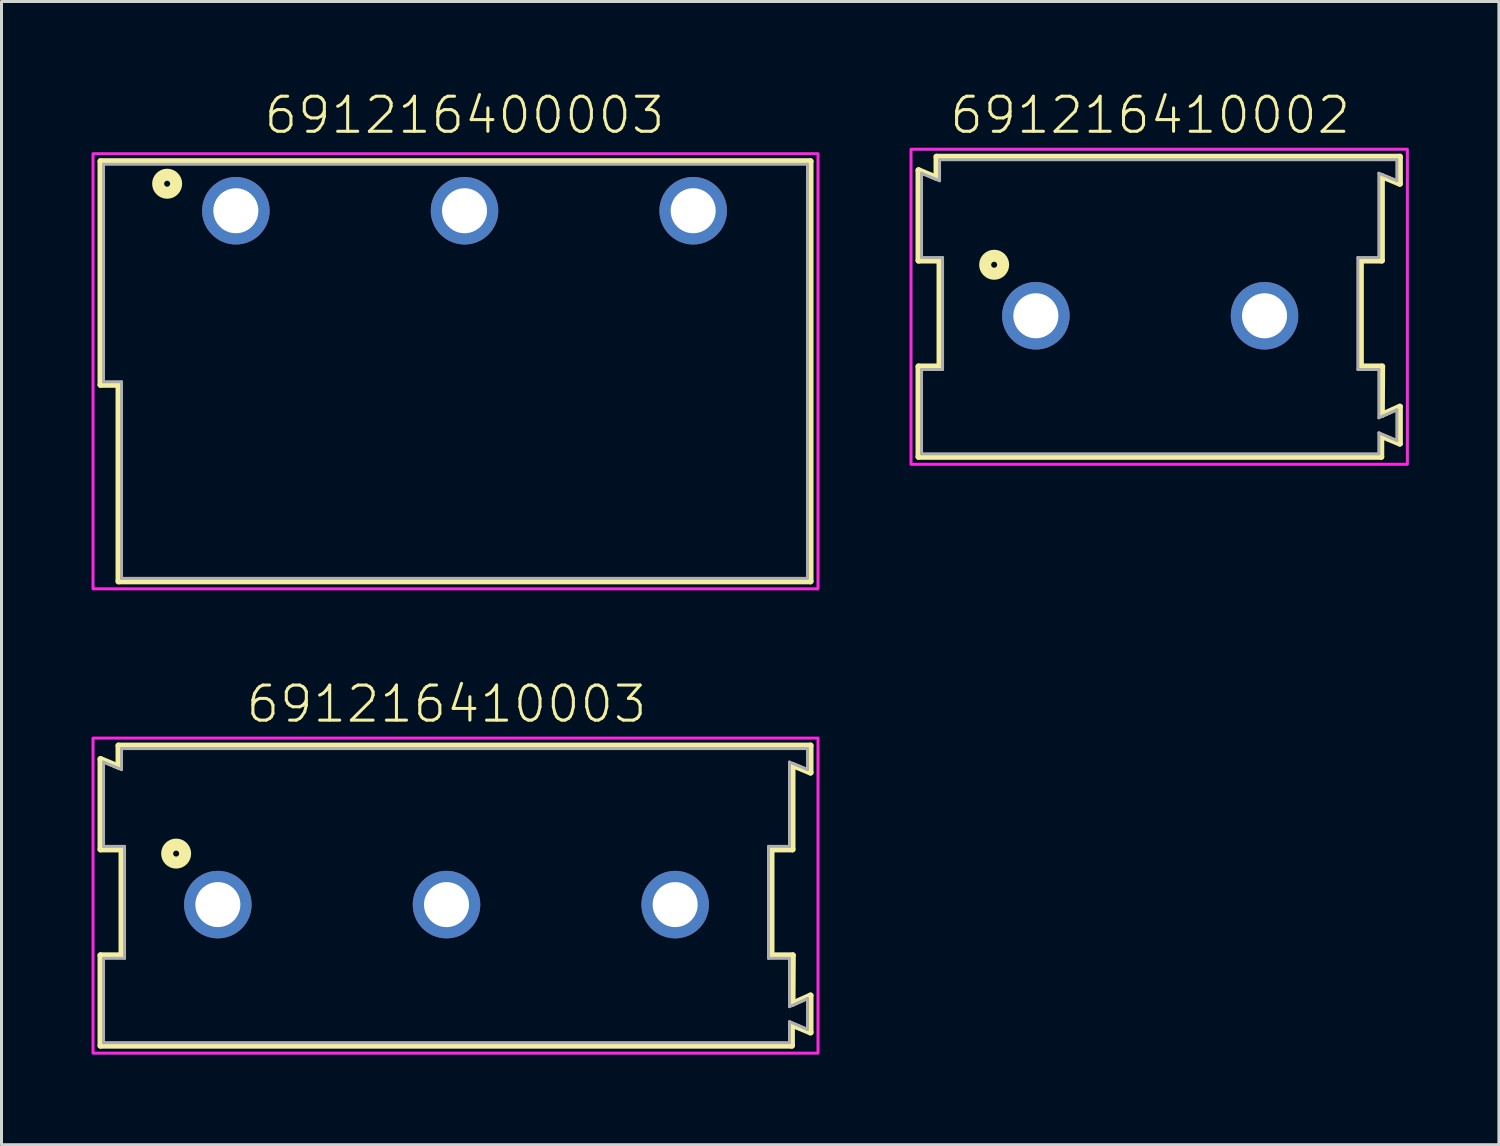
<source format=kicad_pcb>
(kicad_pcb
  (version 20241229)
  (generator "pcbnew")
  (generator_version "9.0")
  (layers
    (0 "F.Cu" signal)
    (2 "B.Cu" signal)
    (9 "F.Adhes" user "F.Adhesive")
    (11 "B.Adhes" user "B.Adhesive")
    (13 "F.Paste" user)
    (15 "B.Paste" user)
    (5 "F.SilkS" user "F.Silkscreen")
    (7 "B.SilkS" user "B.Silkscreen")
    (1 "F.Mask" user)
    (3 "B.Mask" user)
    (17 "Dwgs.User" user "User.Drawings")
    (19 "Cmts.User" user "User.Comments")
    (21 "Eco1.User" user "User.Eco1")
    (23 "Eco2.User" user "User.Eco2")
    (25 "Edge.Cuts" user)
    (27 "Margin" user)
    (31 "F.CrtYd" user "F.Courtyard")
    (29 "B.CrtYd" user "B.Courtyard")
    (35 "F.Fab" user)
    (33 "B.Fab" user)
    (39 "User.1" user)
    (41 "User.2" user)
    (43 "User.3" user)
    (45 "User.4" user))
  (footprint "691216410003"
    (layer "F.Cu")
    (at 11.83 27.096)
    (property "Reference" "691216410003" (at 0 -6 0) (unlocked yes) (layer "F.SilkS") (effects (font (size 1.168 1.168) (thickness 0.102)) (justify bottom)))
    (fp_line (start -11.53 -4.85) (end -10.93 -4.6) (stroke (width 0.2) (type solid)) (layer "F.SilkS"))
    (fp_line (start -11.53 -1.84) (end -11.53 -4.85) (stroke (width 0.2) (type solid)) (layer "F.SilkS"))
    (fp_line (start -11.53 1.69) (end -10.83 1.69) (stroke (width 0.2) (type solid)) (layer "F.SilkS"))
    (fp_line (start -11.53 4.7) (end -11.53 1.69) (stroke (width 0.2) (type solid)) (layer "F.SilkS"))
    (fp_line (start -10.93 -5.3) (end 12.13 -5.3) (stroke (width 0.2) (type solid)) (layer "F.SilkS"))
    (fp_line (start -10.93 -4.6) (end -10.93 -5.3) (stroke (width 0.2) (type solid)) (layer "F.SilkS"))
    (fp_line (start -10.83 -1.84) (end -11.53 -1.84) (stroke (width 0.2) (type solid)) (layer "F.SilkS"))
    (fp_line (start -10.83 1.69) (end -10.83 -1.84) (stroke (width 0.2) (type solid)) (layer "F.SilkS"))
    (fp_line (start 10.83 -1.84) (end 10.83 1.69) (stroke (width 0.2) (type solid)) (layer "F.SilkS"))
    (fp_line (start 10.83 1.69) (end 11.54 1.69) (stroke (width 0.2) (type solid)) (layer "F.SilkS"))
    (fp_line (start 11.51 4) (end 11.51 4.7) (stroke (width 0.2) (type solid)) (layer "F.SilkS"))
    (fp_line (start 11.51 4.7) (end -11.53 4.7) (stroke (width 0.2) (type solid)) (layer "F.SilkS"))
    (fp_line (start 11.53 -4.65) (end 11.53 -1.84) (stroke (width 0.2) (type solid)) (layer "F.SilkS"))
    (fp_line (start 11.53 -1.84) (end 10.83 -1.84) (stroke (width 0.2) (type solid)) (layer "F.SilkS"))
    (fp_line (start 11.53 3.3) (end 12.13 3.03) (stroke (width 0.2) (type solid)) (layer "F.SilkS"))
    (fp_line (start 11.54 1.69) (end 11.53 3.3) (stroke (width 0.2) (type solid)) (layer "F.SilkS"))
    (fp_line (start 12.13 -5.3) (end 12.13 -4.4) (stroke (width 0.2) (type solid)) (layer "F.SilkS"))
    (fp_line (start 12.13 -4.4) (end 11.53 -4.65) (stroke (width 0.2) (type solid)) (layer "F.SilkS"))
    (fp_line (start 12.13 3.03) (end 12.13 4.26) (stroke (width 0.2) (type solid)) (layer "F.SilkS"))
    (fp_line (start 12.13 4.26) (end 11.51 4) (stroke (width 0.2) (type solid)) (layer "F.SilkS"))
    (fp_circle (center -9.01 -1.7) (end -8.91 -1.7) (stroke (width 0.4) (type solid)) (fill no) (layer "F.SilkS"))
    (fp_poly (pts (xy 12.38 4.95) (xy -11.78 4.95) (xy -11.78 -5.55) (xy 12.38 -5.55)) (stroke (width 0.1) (type default)) (fill no) (layer "F.CrtYd"))
    (fp_line (start -11.43 -4.75) (end -10.83 -4.5) (stroke (width 0.1) (type solid)) (layer "F.Fab"))
    (fp_line (start -11.43 -1.94) (end -11.43 -4.75) (stroke (width 0.1) (type solid)) (layer "F.Fab"))
    (fp_line (start -11.43 -1.94) (end -10.73 -1.94) (stroke (width 0.1) (type solid)) (layer "F.Fab"))
    (fp_line (start -11.43 4.6) (end -11.43 1.79) (stroke (width 0.1) (type solid)) (layer "F.Fab"))
    (fp_line (start -10.83 -5.2) (end 12.03 -5.2) (stroke (width 0.1) (type solid)) (layer "F.Fab"))
    (fp_line (start -10.83 -4.5) (end -10.83 -5.2) (stroke (width 0.1) (type solid)) (layer "F.Fab"))
    (fp_line (start -10.73 -1.94) (end -10.73 1.79) (stroke (width 0.1) (type solid)) (layer "F.Fab"))
    (fp_line (start -10.73 1.79) (end -11.43 1.79) (stroke (width 0.1) (type solid)) (layer "F.Fab"))
    (fp_line (start 10.73 -1.94) (end 10.73 1.79) (stroke (width 0.1) (type solid)) (layer "F.Fab"))
    (fp_line (start 10.73 1.79) (end 11.43 1.79) (stroke (width 0.1) (type solid)) (layer "F.Fab"))
    (fp_line (start 11.43 -4.75) (end 11.43 -1.94) (stroke (width 0.1) (type solid)) (layer "F.Fab"))
    (fp_line (start 11.43 -1.94) (end 10.73 -1.94) (stroke (width 0.1) (type solid)) (layer "F.Fab"))
    (fp_line (start 11.43 1.79) (end 11.43 3.4) (stroke (width 0.1) (type solid)) (layer "F.Fab"))
    (fp_line (start 11.43 3.4) (end 12.03 3.13) (stroke (width 0.1) (type solid)) (layer "F.Fab"))
    (fp_line (start 11.43 3.9) (end 11.43 4.6) (stroke (width 0.1) (type solid)) (layer "F.Fab"))
    (fp_line (start 11.43 3.9) (end 12.03 4.16) (stroke (width 0.1) (type solid)) (layer "F.Fab"))
    (fp_line (start 11.43 4.6) (end -11.43 4.6) (stroke (width 0.1) (type solid)) (layer "F.Fab"))
    (fp_line (start 12.03 -5.2) (end 12.03 -4.5) (stroke (width 0.1) (type solid)) (layer "F.Fab"))
    (fp_line (start 12.03 -4.5) (end 11.43 -4.75) (stroke (width 0.1) (type solid)) (layer "F.Fab"))
    (fp_line (start 12.03 3.13) (end 12.03 4.16) (stroke (width 0.1) (type solid)) (layer "F.Fab"))
    (pad "1" thru_hole circle (at -7.62 0) (size 2.25 2.25) (drill 1.5) (layers "*.Cu" "*.Mask"))
    (pad "2" thru_hole circle (at 0 0) (size 2.25 2.25) (drill 1.5) (layers "*.Cu" "*.Mask"))
    (pad "3" thru_hole circle (at 7.62 0) (size 2.25 2.25) (drill 1.5) (layers "*.Cu" "*.Mask")))
  (footprint "691216400003"
    (layer "F.Cu")
    (at 12.43 3.973)
    (property "Reference" "691216400003" (at 0 -2.5 0) (unlocked yes) (layer "F.SilkS") (effects (font (size 1.168 1.168) (thickness 0.102)) (justify bottom)))
    (fp_line (start -12.13 -1.65) (end 11.53 -1.65) (stroke (width 0.2) (type solid)) (layer "F.SilkS"))
    (fp_line (start -12.13 5.8) (end -12.13 -1.65) (stroke (width 0.2) (type solid)) (layer "F.SilkS"))
    (fp_line (start -11.53 5.8) (end -12.13 5.8) (stroke (width 0.2) (type solid)) (layer "F.SilkS"))
    (fp_line (start -11.53 12.35) (end -11.53 5.8) (stroke (width 0.2) (type solid)) (layer "F.SilkS"))
    (fp_line (start 11.53 -1.65) (end 11.53 12.35) (stroke (width 0.2) (type solid)) (layer "F.SilkS"))
    (fp_line (start 11.53 12.35) (end -11.53 12.35) (stroke (width 0.2) (type solid)) (layer "F.SilkS"))
    (fp_circle (center -9.91 -0.9) (end -9.81 -0.9) (stroke (width 0.4) (type solid)) (fill no) (layer "F.SilkS"))
    (fp_poly (pts (xy 11.78 12.6) (xy -12.38 12.6) (xy -12.38 -1.9) (xy 11.78 -1.9)) (stroke (width 0.1) (type default)) (fill no) (layer "F.CrtYd"))
    (fp_line (start -12.03 -1.55) (end -12.03 5.7) (stroke (width 0.1) (type solid)) (layer "F.Fab"))
    (fp_line (start -12.03 -1.55) (end 11.43 -1.55) (stroke (width 0.1) (type solid)) (layer "F.Fab"))
    (fp_line (start -12.03 5.7) (end -11.43 5.7) (stroke (width 0.1) (type solid)) (layer "F.Fab"))
    (fp_line (start -11.43 12.25) (end -11.43 5.7) (stroke (width 0.1) (type solid)) (layer "F.Fab"))
    (fp_line (start 11.43 -1.55) (end 11.43 12.25) (stroke (width 0.1) (type solid)) (layer "F.Fab"))
    (fp_line (start 11.43 12.25) (end -11.43 12.25) (stroke (width 0.1) (type solid)) (layer "F.Fab"))
    (pad "1" thru_hole circle (at -7.62 0) (size 2.25 2.25) (drill 1.5) (layers "*.Cu" "*.Mask"))
    (pad "2" thru_hole circle (at 0 0) (size 2.25 2.25) (drill 1.5) (layers "*.Cu" "*.Mask"))
    (pad "3" thru_hole circle (at 7.62 0) (size 2.25 2.25) (drill 1.5) (layers "*.Cu" "*.Mask")))
  (footprint "691216410002"
    (layer "F.Cu")
    (at 35.28 7.473)
    (property "Reference" "691216410002" (at 0 -6 0) (unlocked yes) (layer "F.SilkS") (effects (font (size 1.168 1.168) (thickness 0.102)) (justify bottom)))
    (fp_line (start -7.72 -4.85) (end -7.12 -4.6) (stroke (width 0.2) (type solid)) (layer "F.SilkS"))
    (fp_line (start -7.72 -1.84) (end -7.72 -4.85) (stroke (width 0.2) (type solid)) (layer "F.SilkS"))
    (fp_line (start -7.72 1.69) (end -7.02 1.69) (stroke (width 0.2) (type solid)) (layer "F.SilkS"))
    (fp_line (start -7.72 4.7) (end -7.72 1.69) (stroke (width 0.2) (type solid)) (layer "F.SilkS"))
    (fp_line (start -7.12 -5.3) (end 8.32 -5.3) (stroke (width 0.2) (type solid)) (layer "F.SilkS"))
    (fp_line (start -7.12 -4.6) (end -7.12 -5.3) (stroke (width 0.2) (type solid)) (layer "F.SilkS"))
    (fp_line (start -7.02 -1.84) (end -7.72 -1.84) (stroke (width 0.2) (type solid)) (layer "F.SilkS"))
    (fp_line (start -7.02 1.69) (end -7.02 -1.84) (stroke (width 0.2) (type solid)) (layer "F.SilkS"))
    (fp_line (start 7.02 -1.84) (end 7.02 1.69) (stroke (width 0.2) (type solid)) (layer "F.SilkS"))
    (fp_line (start 7.02 1.69) (end 7.73 1.69) (stroke (width 0.2) (type solid)) (layer "F.SilkS"))
    (fp_line (start 7.7 4) (end 7.7 4.7) (stroke (width 0.2) (type solid)) (layer "F.SilkS"))
    (fp_line (start 7.7 4.7) (end -7.72 4.7) (stroke (width 0.2) (type solid)) (layer "F.SilkS"))
    (fp_line (start 7.72 -4.65) (end 7.72 -1.84) (stroke (width 0.2) (type solid)) (layer "F.SilkS"))
    (fp_line (start 7.72 -1.84) (end 7.02 -1.84) (stroke (width 0.2) (type solid)) (layer "F.SilkS"))
    (fp_line (start 7.72 3.3) (end 8.32 3.03) (stroke (width 0.2) (type solid)) (layer "F.SilkS"))
    (fp_line (start 7.73 1.69) (end 7.72 3.3) (stroke (width 0.2) (type solid)) (layer "F.SilkS"))
    (fp_line (start 8.32 -5.3) (end 8.32 -4.4) (stroke (width 0.2) (type solid)) (layer "F.SilkS"))
    (fp_line (start 8.32 -4.4) (end 7.72 -4.65) (stroke (width 0.2) (type solid)) (layer "F.SilkS"))
    (fp_line (start 8.32 3.03) (end 8.32 4.26) (stroke (width 0.2) (type solid)) (layer "F.SilkS"))
    (fp_line (start 8.32 4.26) (end 7.7 4) (stroke (width 0.2) (type solid)) (layer "F.SilkS"))
    (fp_circle (center -5.2 -1.7) (end -5.1 -1.7) (stroke (width 0.4) (type solid)) (fill no) (layer "F.SilkS"))
    (fp_poly (pts (xy 8.57 4.95) (xy -7.97 4.95) (xy -7.97 -5.55) (xy 8.57 -5.55)) (stroke (width 0.1) (type default)) (fill no) (layer "F.CrtYd"))
    (fp_line (start -7.62 -4.75) (end -7.02 -4.5) (stroke (width 0.1) (type solid)) (layer "F.Fab"))
    (fp_line (start -7.62 -1.94) (end -7.62 -4.75) (stroke (width 0.1) (type solid)) (layer "F.Fab"))
    (fp_line (start -7.62 -1.94) (end -6.92 -1.94) (stroke (width 0.1) (type solid)) (layer "F.Fab"))
    (fp_line (start -7.62 4.6) (end -7.62 1.79) (stroke (width 0.1) (type solid)) (layer "F.Fab"))
    (fp_line (start -7.02 -5.2) (end 8.22 -5.2) (stroke (width 0.1) (type solid)) (layer "F.Fab"))
    (fp_line (start -7.02 -4.5) (end -7.02 -5.2) (stroke (width 0.1) (type solid)) (layer "F.Fab"))
    (fp_line (start -6.92 -1.94) (end -6.92 1.79) (stroke (width 0.1) (type solid)) (layer "F.Fab"))
    (fp_line (start -6.92 1.79) (end -7.62 1.79) (stroke (width 0.1) (type solid)) (layer "F.Fab"))
    (fp_line (start 6.92 -1.94) (end 6.92 1.79) (stroke (width 0.1) (type solid)) (layer "F.Fab"))
    (fp_line (start 6.92 1.79) (end 7.62 1.79) (stroke (width 0.1) (type solid)) (layer "F.Fab"))
    (fp_line (start 7.62 -4.75) (end 7.62 -1.94) (stroke (width 0.1) (type solid)) (layer "F.Fab"))
    (fp_line (start 7.62 -1.94) (end 6.92 -1.94) (stroke (width 0.1) (type solid)) (layer "F.Fab"))
    (fp_line (start 7.62 1.79) (end 7.62 3.4) (stroke (width 0.1) (type solid)) (layer "F.Fab"))
    (fp_line (start 7.62 3.4) (end 8.22 3.13) (stroke (width 0.1) (type solid)) (layer "F.Fab"))
    (fp_line (start 7.62 3.9) (end 7.62 4.6) (stroke (width 0.1) (type solid)) (layer "F.Fab"))
    (fp_line (start 7.62 3.9) (end 8.22 4.16) (stroke (width 0.1) (type solid)) (layer "F.Fab"))
    (fp_line (start 7.62 4.6) (end -7.62 4.6) (stroke (width 0.1) (type solid)) (layer "F.Fab"))
    (fp_line (start 8.22 -5.2) (end 8.22 -4.5) (stroke (width 0.1) (type solid)) (layer "F.Fab"))
    (fp_line (start 8.22 -4.5) (end 7.62 -4.75) (stroke (width 0.1) (type solid)) (layer "F.Fab"))
    (fp_line (start 8.22 3.13) (end 8.22 4.16) (stroke (width 0.1) (type solid)) (layer "F.Fab"))
    (pad "1" thru_hole circle (at -3.81 0) (size 2.25 2.25) (drill 1.5) (layers "*.Cu" "*.Mask"))
    (pad "2" thru_hole circle (at 3.81 0) (size 2.25 2.25) (drill 1.5) (layers "*.Cu" "*.Mask")))
  (gr_rect
    (start -3 -3)
    (end 46.9 35.096)
    (stroke (width 0.1) (type default))
    (fill no)
    (layer "Edge.Cuts")))
</source>
